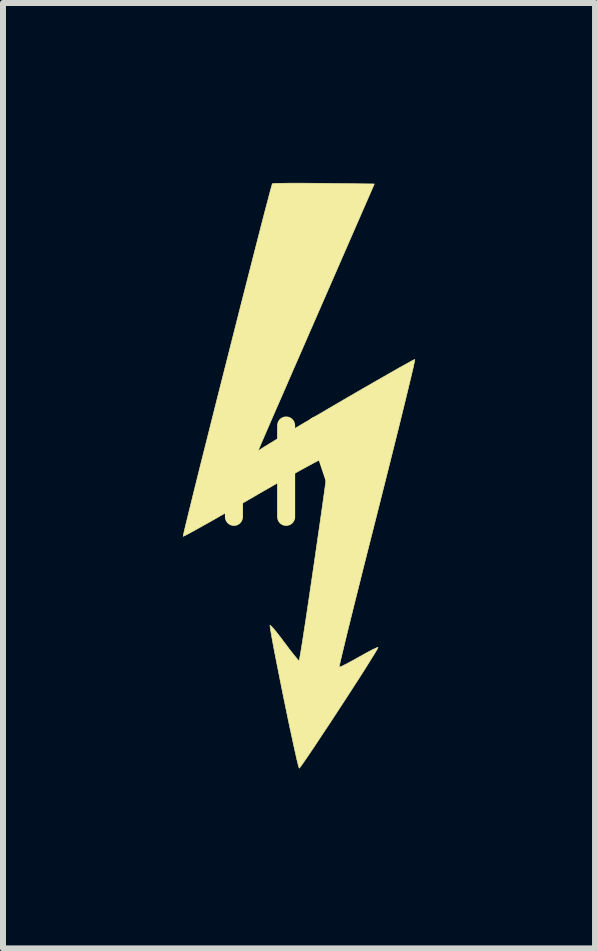
<source format=kicad_pcb>
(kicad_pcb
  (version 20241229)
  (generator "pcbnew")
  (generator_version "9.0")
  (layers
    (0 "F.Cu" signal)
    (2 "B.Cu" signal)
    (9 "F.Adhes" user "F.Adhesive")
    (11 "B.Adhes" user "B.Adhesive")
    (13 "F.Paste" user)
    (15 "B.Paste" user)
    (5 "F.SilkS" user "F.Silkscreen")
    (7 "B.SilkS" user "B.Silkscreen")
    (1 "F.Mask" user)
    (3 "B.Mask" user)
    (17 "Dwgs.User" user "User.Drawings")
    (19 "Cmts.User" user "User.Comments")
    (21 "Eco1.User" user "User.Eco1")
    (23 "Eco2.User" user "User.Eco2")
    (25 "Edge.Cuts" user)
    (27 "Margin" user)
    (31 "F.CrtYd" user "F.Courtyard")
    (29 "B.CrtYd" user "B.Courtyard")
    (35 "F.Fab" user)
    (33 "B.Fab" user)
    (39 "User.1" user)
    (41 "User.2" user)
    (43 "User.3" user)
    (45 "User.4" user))
  (footprint "HV"
    (layer "F.Cu")
    (at 1.94 4.881)
    (property "Reference" "HV" (at 0 0 0) (layer "F.SilkS") (effects (font (size 1.524 1.524) (thickness 0.3))))
    (attr through_hole)
    (fp_poly (pts (xy 0.299 -4.874) (xy 0.411 -4.873) (xy 1.253 -4.863) (xy 0.338 -2.765) (xy 0.172 -2.385) (xy 0.014 -2.022) (xy -0.134 -1.684) (xy -0.267 -1.377) (xy -0.385 -1.108) (xy -0.483 -0.883) (xy -0.558 -0.709) (xy -0.609 -0.591) (xy -0.632 -0.539) (xy -0.686 -0.411) (xy -0.601 -0.466) (xy -0.494 -0.532) (xy -0.341 -0.625) (xy -0.151 -0.738) (xy 0.067 -0.868) (xy 0.306 -1.008) (xy 0.555 -1.154) (xy 0.808 -1.302) (xy 1.055 -1.445) (xy 1.287 -1.578) (xy 1.496 -1.698) (xy 1.673 -1.799) (xy 1.81 -1.875) (xy 1.898 -1.923) (xy 1.928 -1.936) (xy 1.922 -1.897) (xy 1.899 -1.79) (xy 1.859 -1.621) (xy 1.805 -1.397) (xy 1.738 -1.122) (xy 1.66 -0.804) (xy 1.571 -0.448) (xy 1.474 -0.06) (xy 1.37 0.354) (xy 1.3 0.632) (xy 1.192 1.059) (xy 1.089 1.465) (xy 0.995 1.842) (xy 0.909 2.185) (xy 0.834 2.488) (xy 0.771 2.745) (xy 0.722 2.95) (xy 0.687 3.097) (xy 0.669 3.179) (xy 0.666 3.196) (xy 0.703 3.184) (xy 0.79 3.141) (xy 0.912 3.075) (xy 0.99 3.031) (xy 1.126 2.955) (xy 1.235 2.898) (xy 1.302 2.868) (xy 1.315 2.866) (xy 1.299 2.9) (xy 1.246 2.988) (xy 1.163 3.121) (xy 1.057 3.29) (xy 0.932 3.484) (xy 0.795 3.696) (xy 0.652 3.915) (xy 0.51 4.132) (xy 0.373 4.338) (xy 0.25 4.524) (xy 0.144 4.681) (xy 0.064 4.798) (xy 0.014 4.867) (xy 0 4.881) (xy -0.012 4.845) (xy -0.037 4.744) (xy -0.073 4.585) (xy -0.118 4.378) (xy -0.171 4.132) (xy -0.228 3.856) (xy -0.261 3.696) (xy -0.319 3.407) (xy -0.372 3.141) (xy -0.417 2.91) (xy -0.452 2.721) (xy -0.476 2.584) (xy -0.487 2.508) (xy -0.487 2.496) (xy -0.46 2.518) (xy -0.398 2.589) (xy -0.312 2.698) (xy -0.247 2.785) (xy -0.151 2.913) (xy -0.07 3.015) (xy -0.017 3.077) (xy -0.002 3.089) (xy 0.007 3.053) (xy 0.025 2.95) (xy 0.051 2.79) (xy 0.083 2.583) (xy 0.121 2.336) (xy 0.162 2.059) (xy 0.206 1.762) (xy 0.251 1.454) (xy 0.296 1.143) (xy 0.34 0.839) (xy 0.381 0.552) (xy 0.418 0.289) (xy 0.449 0.062) (xy 0.474 -0.123) (xy 0.49 -0.254) (xy 0.497 -0.324) (xy 0.497 -0.33) (xy 0.465 -0.322) (xy 0.375 -0.279) (xy 0.233 -0.205) (xy 0.047 -0.104) (xy -0.175 0.019) (xy -0.427 0.162) (xy -0.701 0.319) (xy -0.713 0.327) (xy -0.989 0.486) (xy -1.243 0.631) (xy -1.468 0.76) (xy -1.658 0.866) (xy -1.804 0.947) (xy -1.899 0.998) (xy -1.935 1.014) (xy -1.935 1.014) (xy -1.928 0.976) (xy -1.904 0.871) (xy -1.864 0.706) (xy -1.81 0.487) (xy -1.745 0.222) (xy -1.669 -0.084) (xy -1.584 -0.423) (xy -1.492 -0.788) (xy -1.396 -1.172) (xy -1.295 -1.57) (xy -1.193 -1.973) (xy -1.091 -2.376) (xy -0.991 -2.771) (xy -0.894 -3.151) (xy -0.802 -3.511) (xy -0.717 -3.843) (xy -0.641 -4.139) (xy -0.575 -4.395) (xy -0.52 -4.602) (xy -0.48 -4.754) (xy -0.455 -4.844) (xy -0.447 -4.867) (xy -0.406 -4.871) (xy -0.3 -4.874) (xy -0.139 -4.876) (xy 0.064 -4.876) (xy 0.299 -4.874)) (stroke (width 0.01) (type solid)) (fill yes) (layer "F.SilkS")))
  (gr_rect
    (start -3 -3)
    (end 6.874 12.767)
    (stroke (width 0.1) (type default))
    (fill no)
    (layer "Edge.Cuts")))
</source>
